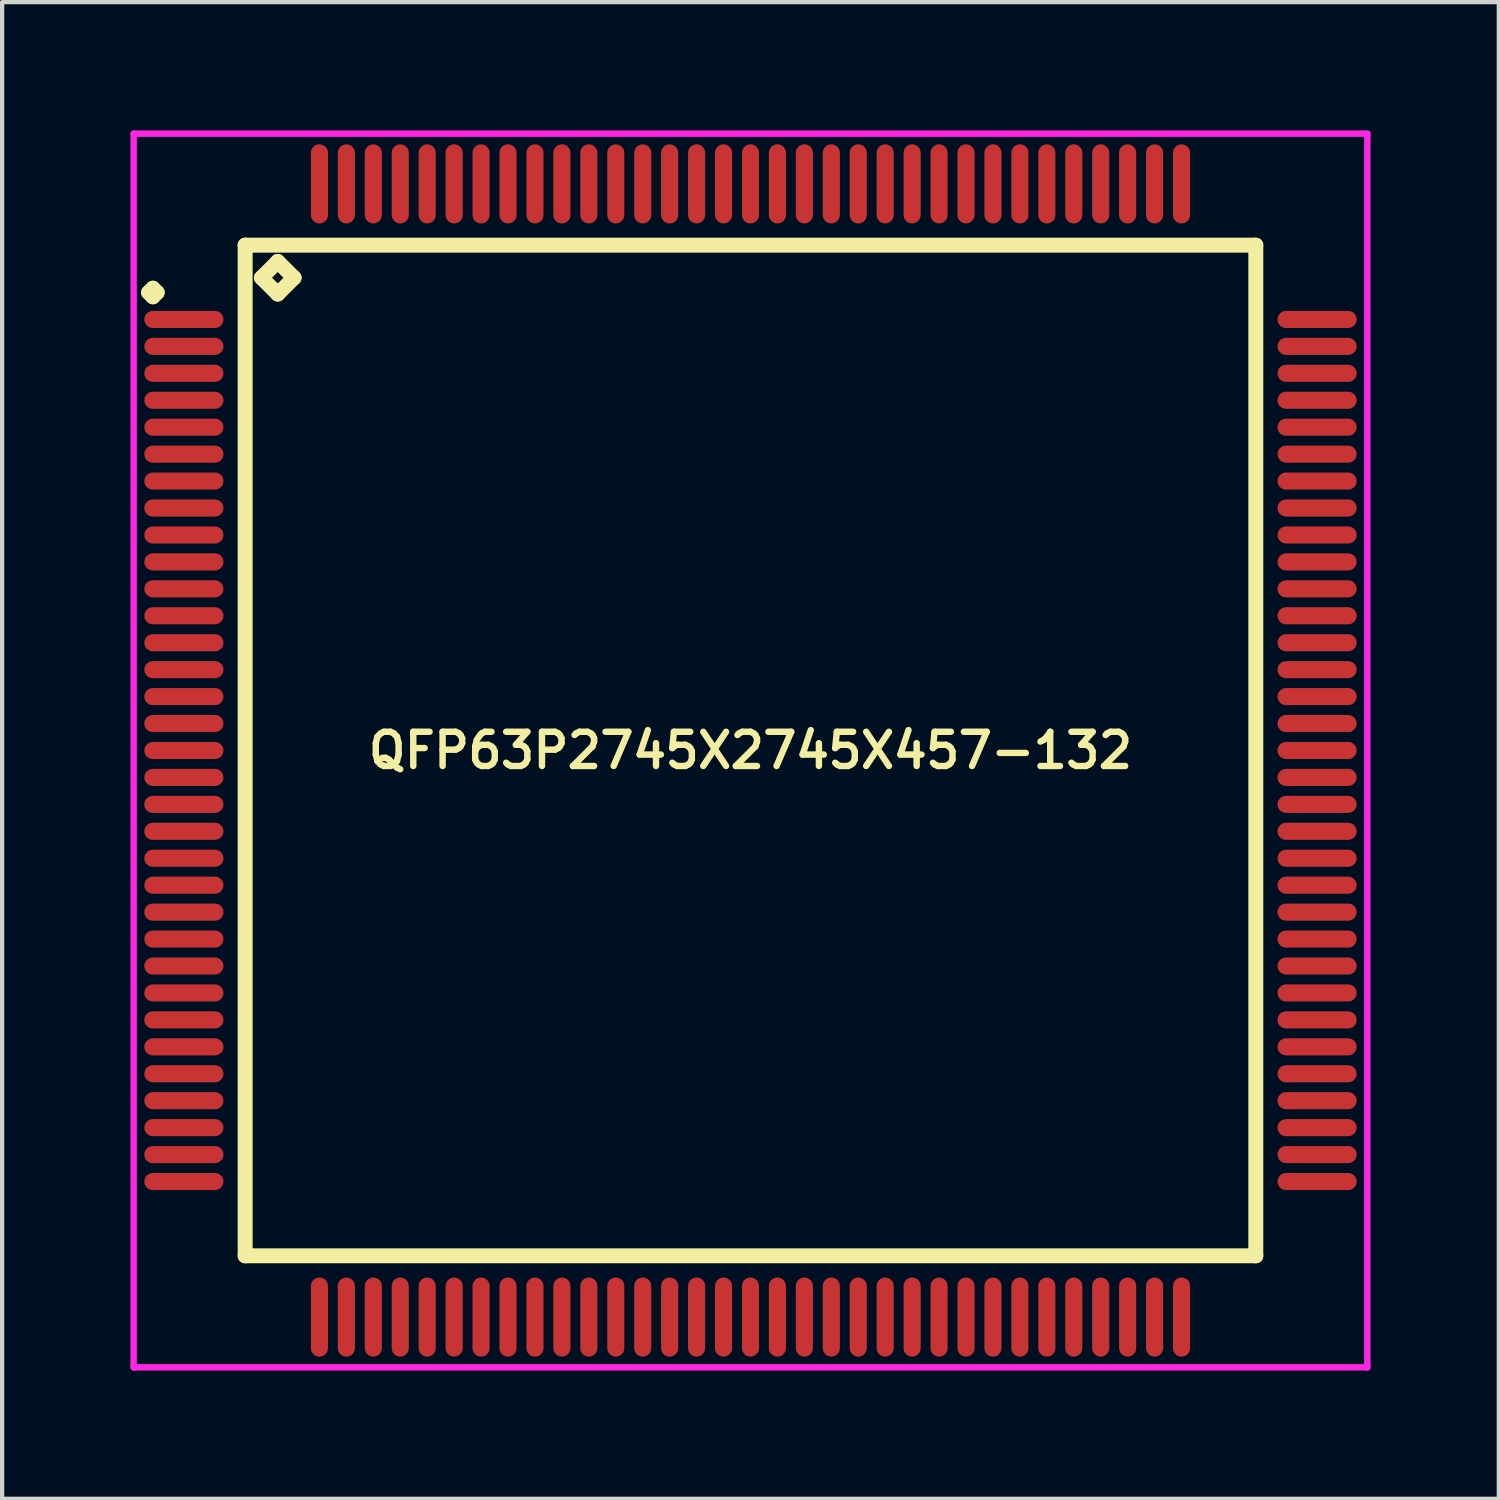
<source format=kicad_pcb>
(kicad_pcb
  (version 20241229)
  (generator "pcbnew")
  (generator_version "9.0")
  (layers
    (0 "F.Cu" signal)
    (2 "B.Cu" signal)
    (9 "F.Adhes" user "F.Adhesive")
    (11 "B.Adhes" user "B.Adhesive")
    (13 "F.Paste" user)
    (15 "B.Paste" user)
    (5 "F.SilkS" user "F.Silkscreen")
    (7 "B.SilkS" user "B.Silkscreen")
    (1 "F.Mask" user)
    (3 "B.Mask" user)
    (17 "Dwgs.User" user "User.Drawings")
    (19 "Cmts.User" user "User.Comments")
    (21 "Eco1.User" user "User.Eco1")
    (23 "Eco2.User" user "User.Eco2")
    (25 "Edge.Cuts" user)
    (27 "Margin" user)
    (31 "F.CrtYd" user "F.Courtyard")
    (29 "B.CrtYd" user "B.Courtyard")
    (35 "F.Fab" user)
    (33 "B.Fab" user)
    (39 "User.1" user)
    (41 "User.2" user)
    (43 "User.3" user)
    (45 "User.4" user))
  (footprint "QFP63P2745X2745X457-132"
    (layer "F.Cu")
    (at 14.5 14.5)
    (property "Reference" "QFP63P2745X2745X457-132" (at 0 0 0) (layer "F.SilkS") (effects (font (size 0.8 0.8) (thickness 0.15))))
    (attr smd)
    (fp_line (start -14.075 -10.71) (end -13.975 -10.81) (stroke (width 0.35) (type solid)) (layer "F.SilkS"))
    (fp_line (start -13.975 -10.81) (end -13.875 -10.71) (stroke (width 0.35) (type solid)) (layer "F.SilkS"))
    (fp_line (start -13.975 -10.61) (end -14.075 -10.71) (stroke (width 0.35) (type solid)) (layer "F.SilkS"))
    (fp_line (start -13.875 -10.71) (end -13.975 -10.61) (stroke (width 0.35) (type solid)) (layer "F.SilkS"))
    (fp_line (start -11.817 -11.817) (end -11.817 11.817) (stroke (width 0.35) (type solid)) (layer "F.SilkS"))
    (fp_line (start -11.817 11.817) (end 11.817 11.817) (stroke (width 0.35) (type solid)) (layer "F.SilkS"))
    (fp_line (start -11.436 -11.055) (end -11.055 -11.436) (stroke (width 0.35) (type solid)) (layer "F.SilkS"))
    (fp_line (start -11.055 -11.436) (end -10.674 -11.055) (stroke (width 0.35) (type solid)) (layer "F.SilkS"))
    (fp_line (start -11.055 -10.674) (end -11.436 -11.055) (stroke (width 0.35) (type solid)) (layer "F.SilkS"))
    (fp_line (start -10.674 -11.055) (end -11.055 -10.674) (stroke (width 0.35) (type solid)) (layer "F.SilkS"))
    (fp_line (start 11.817 -11.817) (end -11.817 -11.817) (stroke (width 0.35) (type solid)) (layer "F.SilkS"))
    (fp_line (start 11.817 11.817) (end 11.817 -11.817) (stroke (width 0.35) (type solid)) (layer "F.SilkS"))
    (fp_line (start -14.425 -14.425) (end 14.425 -14.425) (stroke (width 0.15) (type solid)) (layer "F.CrtYd"))
    (fp_line (start -14.425 14.425) (end -14.425 -14.425) (stroke (width 0.15) (type solid)) (layer "F.CrtYd"))
    (fp_line (start 14.425 -14.425) (end 14.425 14.425) (stroke (width 0.15) (type solid)) (layer "F.CrtYd"))
    (fp_line (start 14.425 14.425) (end -14.425 14.425) (stroke (width 0.15) (type solid)) (layer "F.CrtYd"))
    (pad "1" smd oval (at -13.25 -10.08) (size 1.85 0.4) (layers "F.Cu" "F.Mask" "F.Paste"))
    (pad "2" smd oval (at -13.25 -9.45) (size 1.85 0.4) (layers "F.Cu" "F.Mask" "F.Paste"))
    (pad "3" smd oval (at -13.25 -8.82) (size 1.85 0.4) (layers "F.Cu" "F.Mask" "F.Paste"))
    (pad "4" smd oval (at -13.25 -8.19) (size 1.85 0.4) (layers "F.Cu" "F.Mask" "F.Paste"))
    (pad "5" smd oval (at -13.25 -7.56) (size 1.85 0.4) (layers "F.Cu" "F.Mask" "F.Paste"))
    (pad "6" smd oval (at -13.25 -6.93) (size 1.85 0.4) (layers "F.Cu" "F.Mask" "F.Paste"))
    (pad "7" smd oval (at -13.25 -6.3) (size 1.85 0.4) (layers "F.Cu" "F.Mask" "F.Paste"))
    (pad "8" smd oval (at -13.25 -5.67) (size 1.85 0.4) (layers "F.Cu" "F.Mask" "F.Paste"))
    (pad "9" smd oval (at -13.25 -5.04) (size 1.85 0.4) (layers "F.Cu" "F.Mask" "F.Paste"))
    (pad "10" smd oval (at -13.25 -4.41) (size 1.85 0.4) (layers "F.Cu" "F.Mask" "F.Paste"))
    (pad "11" smd oval (at -13.25 -3.78) (size 1.85 0.4) (layers "F.Cu" "F.Mask" "F.Paste"))
    (pad "12" smd oval (at -13.25 -3.15) (size 1.85 0.4) (layers "F.Cu" "F.Mask" "F.Paste"))
    (pad "13" smd oval (at -13.25 -2.52) (size 1.85 0.4) (layers "F.Cu" "F.Mask" "F.Paste"))
    (pad "14" smd oval (at -13.25 -1.89) (size 1.85 0.4) (layers "F.Cu" "F.Mask" "F.Paste"))
    (pad "15" smd oval (at -13.25 -1.26) (size 1.85 0.4) (layers "F.Cu" "F.Mask" "F.Paste"))
    (pad "16" smd oval (at -13.25 -0.63) (size 1.85 0.4) (layers "F.Cu" "F.Mask" "F.Paste"))
    (pad "17" smd oval (at -13.25 0) (size 1.85 0.4) (layers "F.Cu" "F.Mask" "F.Paste"))
    (pad "18" smd oval (at -13.25 0.63) (size 1.85 0.4) (layers "F.Cu" "F.Mask" "F.Paste"))
    (pad "19" smd oval (at -13.25 1.26) (size 1.85 0.4) (layers "F.Cu" "F.Mask" "F.Paste"))
    (pad "20" smd oval (at -13.25 1.89) (size 1.85 0.4) (layers "F.Cu" "F.Mask" "F.Paste"))
    (pad "21" smd oval (at -13.25 2.52) (size 1.85 0.4) (layers "F.Cu" "F.Mask" "F.Paste"))
    (pad "22" smd oval (at -13.25 3.15) (size 1.85 0.4) (layers "F.Cu" "F.Mask" "F.Paste"))
    (pad "23" smd oval (at -13.25 3.78) (size 1.85 0.4) (layers "F.Cu" "F.Mask" "F.Paste"))
    (pad "24" smd oval (at -13.25 4.41) (size 1.85 0.4) (layers "F.Cu" "F.Mask" "F.Paste"))
    (pad "25" smd oval (at -13.25 5.04) (size 1.85 0.4) (layers "F.Cu" "F.Mask" "F.Paste"))
    (pad "26" smd oval (at -13.25 5.67) (size 1.85 0.4) (layers "F.Cu" "F.Mask" "F.Paste"))
    (pad "27" smd oval (at -13.25 6.3) (size 1.85 0.4) (layers "F.Cu" "F.Mask" "F.Paste"))
    (pad "28" smd oval (at -13.25 6.93) (size 1.85 0.4) (layers "F.Cu" "F.Mask" "F.Paste"))
    (pad "29" smd oval (at -13.25 7.56) (size 1.85 0.4) (layers "F.Cu" "F.Mask" "F.Paste"))
    (pad "30" smd oval (at -13.25 8.19) (size 1.85 0.4) (layers "F.Cu" "F.Mask" "F.Paste"))
    (pad "31" smd oval (at -13.25 8.82) (size 1.85 0.4) (layers "F.Cu" "F.Mask" "F.Paste"))
    (pad "32" smd oval (at -13.25 9.45) (size 1.85 0.4) (layers "F.Cu" "F.Mask" "F.Paste"))
    (pad "33" smd oval (at -13.25 10.08) (size 1.85 0.4) (layers "F.Cu" "F.Mask" "F.Paste"))
    (pad "34" smd oval (at -10.08 13.25) (size 0.4 1.85) (layers "F.Cu" "F.Mask" "F.Paste"))
    (pad "35" smd oval (at -9.45 13.25) (size 0.4 1.85) (layers "F.Cu" "F.Mask" "F.Paste"))
    (pad "36" smd oval (at -8.82 13.25) (size 0.4 1.85) (layers "F.Cu" "F.Mask" "F.Paste"))
    (pad "37" smd oval (at -8.19 13.25) (size 0.4 1.85) (layers "F.Cu" "F.Mask" "F.Paste"))
    (pad "38" smd oval (at -7.56 13.25) (size 0.4 1.85) (layers "F.Cu" "F.Mask" "F.Paste"))
    (pad "39" smd oval (at -6.93 13.25) (size 0.4 1.85) (layers "F.Cu" "F.Mask" "F.Paste"))
    (pad "40" smd oval (at -6.3 13.25) (size 0.4 1.85) (layers "F.Cu" "F.Mask" "F.Paste"))
    (pad "41" smd oval (at -5.67 13.25) (size 0.4 1.85) (layers "F.Cu" "F.Mask" "F.Paste"))
    (pad "42" smd oval (at -5.04 13.25) (size 0.4 1.85) (layers "F.Cu" "F.Mask" "F.Paste"))
    (pad "43" smd oval (at -4.41 13.25) (size 0.4 1.85) (layers "F.Cu" "F.Mask" "F.Paste"))
    (pad "44" smd oval (at -3.78 13.25) (size 0.4 1.85) (layers "F.Cu" "F.Mask" "F.Paste"))
    (pad "45" smd oval (at -3.15 13.25) (size 0.4 1.85) (layers "F.Cu" "F.Mask" "F.Paste"))
    (pad "46" smd oval (at -2.52 13.25) (size 0.4 1.85) (layers "F.Cu" "F.Mask" "F.Paste"))
    (pad "47" smd oval (at -1.89 13.25) (size 0.4 1.85) (layers "F.Cu" "F.Mask" "F.Paste"))
    (pad "48" smd oval (at -1.26 13.25) (size 0.4 1.85) (layers "F.Cu" "F.Mask" "F.Paste"))
    (pad "49" smd oval (at -0.63 13.25) (size 0.4 1.85) (layers "F.Cu" "F.Mask" "F.Paste"))
    (pad "50" smd oval (at 0 13.25) (size 0.4 1.85) (layers "F.Cu" "F.Mask" "F.Paste"))
    (pad "51" smd oval (at 0.63 13.25) (size 0.4 1.85) (layers "F.Cu" "F.Mask" "F.Paste"))
    (pad "52" smd oval (at 1.26 13.25) (size 0.4 1.85) (layers "F.Cu" "F.Mask" "F.Paste"))
    (pad "53" smd oval (at 1.89 13.25) (size 0.4 1.85) (layers "F.Cu" "F.Mask" "F.Paste"))
    (pad "54" smd oval (at 2.52 13.25) (size 0.4 1.85) (layers "F.Cu" "F.Mask" "F.Paste"))
    (pad "55" smd oval (at 3.15 13.25) (size 0.4 1.85) (layers "F.Cu" "F.Mask" "F.Paste"))
    (pad "56" smd oval (at 3.78 13.25) (size 0.4 1.85) (layers "F.Cu" "F.Mask" "F.Paste"))
    (pad "57" smd oval (at 4.41 13.25) (size 0.4 1.85) (layers "F.Cu" "F.Mask" "F.Paste"))
    (pad "58" smd oval (at 5.04 13.25) (size 0.4 1.85) (layers "F.Cu" "F.Mask" "F.Paste"))
    (pad "59" smd oval (at 5.67 13.25) (size 0.4 1.85) (layers "F.Cu" "F.Mask" "F.Paste"))
    (pad "60" smd oval (at 6.3 13.25) (size 0.4 1.85) (layers "F.Cu" "F.Mask" "F.Paste"))
    (pad "61" smd oval (at 6.93 13.25) (size 0.4 1.85) (layers "F.Cu" "F.Mask" "F.Paste"))
    (pad "62" smd oval (at 7.56 13.25) (size 0.4 1.85) (layers "F.Cu" "F.Mask" "F.Paste"))
    (pad "63" smd oval (at 8.19 13.25) (size 0.4 1.85) (layers "F.Cu" "F.Mask" "F.Paste"))
    (pad "64" smd oval (at 8.82 13.25) (size 0.4 1.85) (layers "F.Cu" "F.Mask" "F.Paste"))
    (pad "65" smd oval (at 9.45 13.25) (size 0.4 1.85) (layers "F.Cu" "F.Mask" "F.Paste"))
    (pad "66" smd oval (at 10.08 13.25) (size 0.4 1.85) (layers "F.Cu" "F.Mask" "F.Paste"))
    (pad "67" smd oval (at 13.25 10.08) (size 1.85 0.4) (layers "F.Cu" "F.Mask" "F.Paste"))
    (pad "68" smd oval (at 13.25 9.45) (size 1.85 0.4) (layers "F.Cu" "F.Mask" "F.Paste"))
    (pad "69" smd oval (at 13.25 8.82) (size 1.85 0.4) (layers "F.Cu" "F.Mask" "F.Paste"))
    (pad "70" smd oval (at 13.25 8.19) (size 1.85 0.4) (layers "F.Cu" "F.Mask" "F.Paste"))
    (pad "71" smd oval (at 13.25 7.56) (size 1.85 0.4) (layers "F.Cu" "F.Mask" "F.Paste"))
    (pad "72" smd oval (at 13.25 6.93) (size 1.85 0.4) (layers "F.Cu" "F.Mask" "F.Paste"))
    (pad "73" smd oval (at 13.25 6.3) (size 1.85 0.4) (layers "F.Cu" "F.Mask" "F.Paste"))
    (pad "74" smd oval (at 13.25 5.67) (size 1.85 0.4) (layers "F.Cu" "F.Mask" "F.Paste"))
    (pad "75" smd oval (at 13.25 5.04) (size 1.85 0.4) (layers "F.Cu" "F.Mask" "F.Paste"))
    (pad "76" smd oval (at 13.25 4.41) (size 1.85 0.4) (layers "F.Cu" "F.Mask" "F.Paste"))
    (pad "77" smd oval (at 13.25 3.78) (size 1.85 0.4) (layers "F.Cu" "F.Mask" "F.Paste"))
    (pad "78" smd oval (at 13.25 3.15) (size 1.85 0.4) (layers "F.Cu" "F.Mask" "F.Paste"))
    (pad "79" smd oval (at 13.25 2.52) (size 1.85 0.4) (layers "F.Cu" "F.Mask" "F.Paste"))
    (pad "80" smd oval (at 13.25 1.89) (size 1.85 0.4) (layers "F.Cu" "F.Mask" "F.Paste"))
    (pad "81" smd oval (at 13.25 1.26) (size 1.85 0.4) (layers "F.Cu" "F.Mask" "F.Paste"))
    (pad "82" smd oval (at 13.25 0.63) (size 1.85 0.4) (layers "F.Cu" "F.Mask" "F.Paste"))
    (pad "83" smd oval (at 13.25 0) (size 1.85 0.4) (layers "F.Cu" "F.Mask" "F.Paste"))
    (pad "84" smd oval (at 13.25 -0.63) (size 1.85 0.4) (layers "F.Cu" "F.Mask" "F.Paste"))
    (pad "85" smd oval (at 13.25 -1.26) (size 1.85 0.4) (layers "F.Cu" "F.Mask" "F.Paste"))
    (pad "86" smd oval (at 13.25 -1.89) (size 1.85 0.4) (layers "F.Cu" "F.Mask" "F.Paste"))
    (pad "87" smd oval (at 13.25 -2.52) (size 1.85 0.4) (layers "F.Cu" "F.Mask" "F.Paste"))
    (pad "88" smd oval (at 13.25 -3.15) (size 1.85 0.4) (layers "F.Cu" "F.Mask" "F.Paste"))
    (pad "89" smd oval (at 13.25 -3.78) (size 1.85 0.4) (layers "F.Cu" "F.Mask" "F.Paste"))
    (pad "90" smd oval (at 13.25 -4.41) (size 1.85 0.4) (layers "F.Cu" "F.Mask" "F.Paste"))
    (pad "91" smd oval (at 13.25 -5.04) (size 1.85 0.4) (layers "F.Cu" "F.Mask" "F.Paste"))
    (pad "92" smd oval (at 13.25 -5.67) (size 1.85 0.4) (layers "F.Cu" "F.Mask" "F.Paste"))
    (pad "93" smd oval (at 13.25 -6.3) (size 1.85 0.4) (layers "F.Cu" "F.Mask" "F.Paste"))
    (pad "94" smd oval (at 13.25 -6.93) (size 1.85 0.4) (layers "F.Cu" "F.Mask" "F.Paste"))
    (pad "95" smd oval (at 13.25 -7.56) (size 1.85 0.4) (layers "F.Cu" "F.Mask" "F.Paste"))
    (pad "96" smd oval (at 13.25 -8.19) (size 1.85 0.4) (layers "F.Cu" "F.Mask" "F.Paste"))
    (pad "97" smd oval (at 13.25 -8.82) (size 1.85 0.4) (layers "F.Cu" "F.Mask" "F.Paste"))
    (pad "98" smd oval (at 13.25 -9.45) (size 1.85 0.4) (layers "F.Cu" "F.Mask" "F.Paste"))
    (pad "99" smd oval (at 13.25 -10.08) (size 1.85 0.4) (layers "F.Cu" "F.Mask" "F.Paste"))
    (pad "100" smd oval (at 10.08 -13.25) (size 0.4 1.85) (layers "F.Cu" "F.Mask" "F.Paste"))
    (pad "101" smd oval (at 9.45 -13.25) (size 0.4 1.85) (layers "F.Cu" "F.Mask" "F.Paste"))
    (pad "102" smd oval (at 8.82 -13.25) (size 0.4 1.85) (layers "F.Cu" "F.Mask" "F.Paste"))
    (pad "103" smd oval (at 8.19 -13.25) (size 0.4 1.85) (layers "F.Cu" "F.Mask" "F.Paste"))
    (pad "104" smd oval (at 7.56 -13.25) (size 0.4 1.85) (layers "F.Cu" "F.Mask" "F.Paste"))
    (pad "105" smd oval (at 6.93 -13.25) (size 0.4 1.85) (layers "F.Cu" "F.Mask" "F.Paste"))
    (pad "106" smd oval (at 6.3 -13.25) (size 0.4 1.85) (layers "F.Cu" "F.Mask" "F.Paste"))
    (pad "107" smd oval (at 5.67 -13.25) (size 0.4 1.85) (layers "F.Cu" "F.Mask" "F.Paste"))
    (pad "108" smd oval (at 5.04 -13.25) (size 0.4 1.85) (layers "F.Cu" "F.Mask" "F.Paste"))
    (pad "109" smd oval (at 4.41 -13.25) (size 0.4 1.85) (layers "F.Cu" "F.Mask" "F.Paste"))
    (pad "110" smd oval (at 3.78 -13.25) (size 0.4 1.85) (layers "F.Cu" "F.Mask" "F.Paste"))
    (pad "111" smd oval (at 3.15 -13.25) (size 0.4 1.85) (layers "F.Cu" "F.Mask" "F.Paste"))
    (pad "112" smd oval (at 2.52 -13.25) (size 0.4 1.85) (layers "F.Cu" "F.Mask" "F.Paste"))
    (pad "113" smd oval (at 1.89 -13.25) (size 0.4 1.85) (layers "F.Cu" "F.Mask" "F.Paste"))
    (pad "114" smd oval (at 1.26 -13.25) (size 0.4 1.85) (layers "F.Cu" "F.Mask" "F.Paste"))
    (pad "115" smd oval (at 0.63 -13.25) (size 0.4 1.85) (layers "F.Cu" "F.Mask" "F.Paste"))
    (pad "116" smd oval (at 0 -13.25) (size 0.4 1.85) (layers "F.Cu" "F.Mask" "F.Paste"))
    (pad "117" smd oval (at -0.63 -13.25) (size 0.4 1.85) (layers "F.Cu" "F.Mask" "F.Paste"))
    (pad "118" smd oval (at -1.26 -13.25) (size 0.4 1.85) (layers "F.Cu" "F.Mask" "F.Paste"))
    (pad "119" smd oval (at -1.89 -13.25) (size 0.4 1.85) (layers "F.Cu" "F.Mask" "F.Paste"))
    (pad "120" smd oval (at -2.52 -13.25) (size 0.4 1.85) (layers "F.Cu" "F.Mask" "F.Paste"))
    (pad "121" smd oval (at -3.15 -13.25) (size 0.4 1.85) (layers "F.Cu" "F.Mask" "F.Paste"))
    (pad "122" smd oval (at -3.78 -13.25) (size 0.4 1.85) (layers "F.Cu" "F.Mask" "F.Paste"))
    (pad "123" smd oval (at -4.41 -13.25) (size 0.4 1.85) (layers "F.Cu" "F.Mask" "F.Paste"))
    (pad "124" smd oval (at -5.04 -13.25) (size 0.4 1.85) (layers "F.Cu" "F.Mask" "F.Paste"))
    (pad "125" smd oval (at -5.67 -13.25) (size 0.4 1.85) (layers "F.Cu" "F.Mask" "F.Paste"))
    (pad "126" smd oval (at -6.3 -13.25) (size 0.4 1.85) (layers "F.Cu" "F.Mask" "F.Paste"))
    (pad "127" smd oval (at -6.93 -13.25) (size 0.4 1.85) (layers "F.Cu" "F.Mask" "F.Paste"))
    (pad "128" smd oval (at -7.56 -13.25) (size 0.4 1.85) (layers "F.Cu" "F.Mask" "F.Paste"))
    (pad "129" smd oval (at -8.19 -13.25) (size 0.4 1.85) (layers "F.Cu" "F.Mask" "F.Paste"))
    (pad "130" smd oval (at -8.82 -13.25) (size 0.4 1.85) (layers "F.Cu" "F.Mask" "F.Paste"))
    (pad "131" smd oval (at -9.45 -13.25) (size 0.4 1.85) (layers "F.Cu" "F.Mask" "F.Paste"))
    (pad "132" smd oval (at -10.08 -13.25) (size 0.4 1.85) (layers "F.Cu" "F.Mask" "F.Paste")))
  (gr_rect
    (start -3 -3)
    (end 32 32)
    (stroke (width 0.1) (type default))
    (fill no)
    (layer "Edge.Cuts")))
</source>
